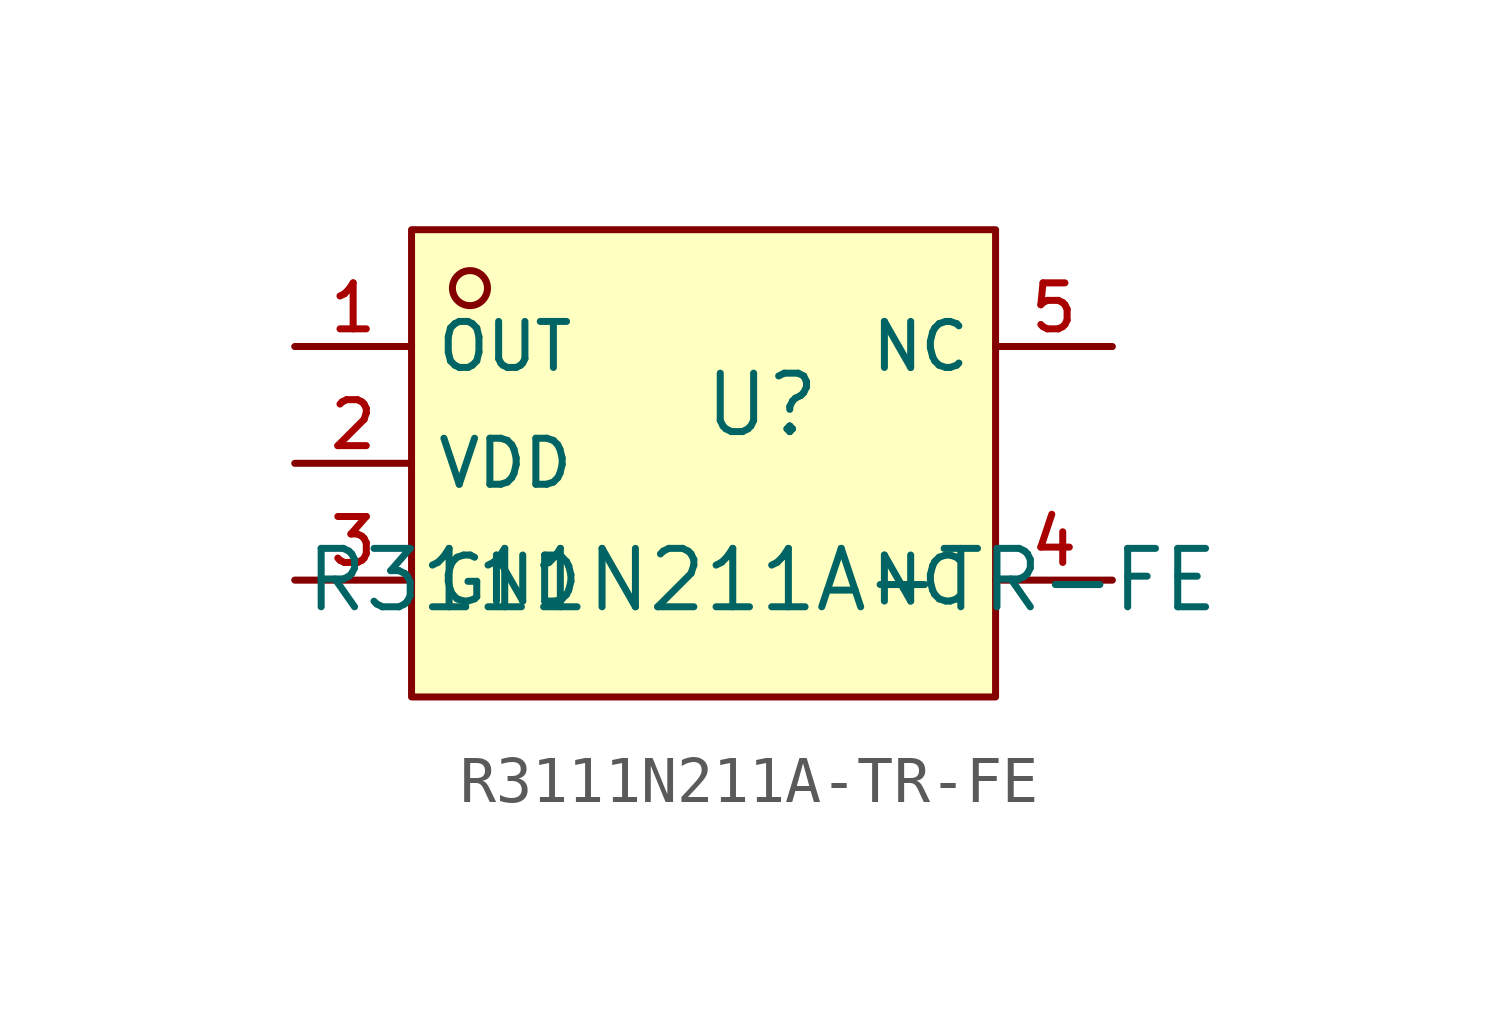
<source format=kicad_sym>
(kicad_symbol_lib
  (version 20210201)
  (generator TousstNicolas/JLC2KiCad_lib)
  (symbol "R3111N211A-TR-FE"
    (property "Reference" "U"
      (at 0 1.27 0)
      (effects (font (size 1.27 1.27))))
    (property "Value" "R3111N211A-TR-FE"
      (at 0 -2.54 0)
      (effects (font (size 1.27 1.27))))
    (symbol "R3111N211A-TR-FE_0_1"
      (pin unspecified line (at 7.62 2.54 180) (length 2.54) (name "NC" (effects (font (size 1 1)))) (number "5" (effects (font (size 1 1)))))
      (pin unspecified line (at 7.62 -2.54 180) (length 2.54) (name "NC" (effects (font (size 1 1)))) (number "4" (effects (font (size 1 1)))))
      (pin unspecified line (at -10.16 -2.54 0) (length 2.54) (name "GND" (effects (font (size 1 1)))) (number "3" (effects (font (size 1 1)))))
      (pin unspecified line (at -10.16 -0.0 0) (length 2.54) (name "VDD" (effects (font (size 1 1)))) (number "2" (effects (font (size 1 1)))))
      (pin unspecified line (at -10.16 2.54 0) (length 2.54) (name "OUT" (effects (font (size 1 1)))) (number "1" (effects (font (size 1 1)))))
      (circle (center -6.35 3.81) (radius 0.381) (stroke (width 0) (type default) (color 0 0 0 0)) (fill (type background)))
      (rectangle (start -7.62 5.08) (end 5.08 -5.08) (stroke (width 0) (type default) (color 0 0 0 0)) (fill (type background))))))
</source>
